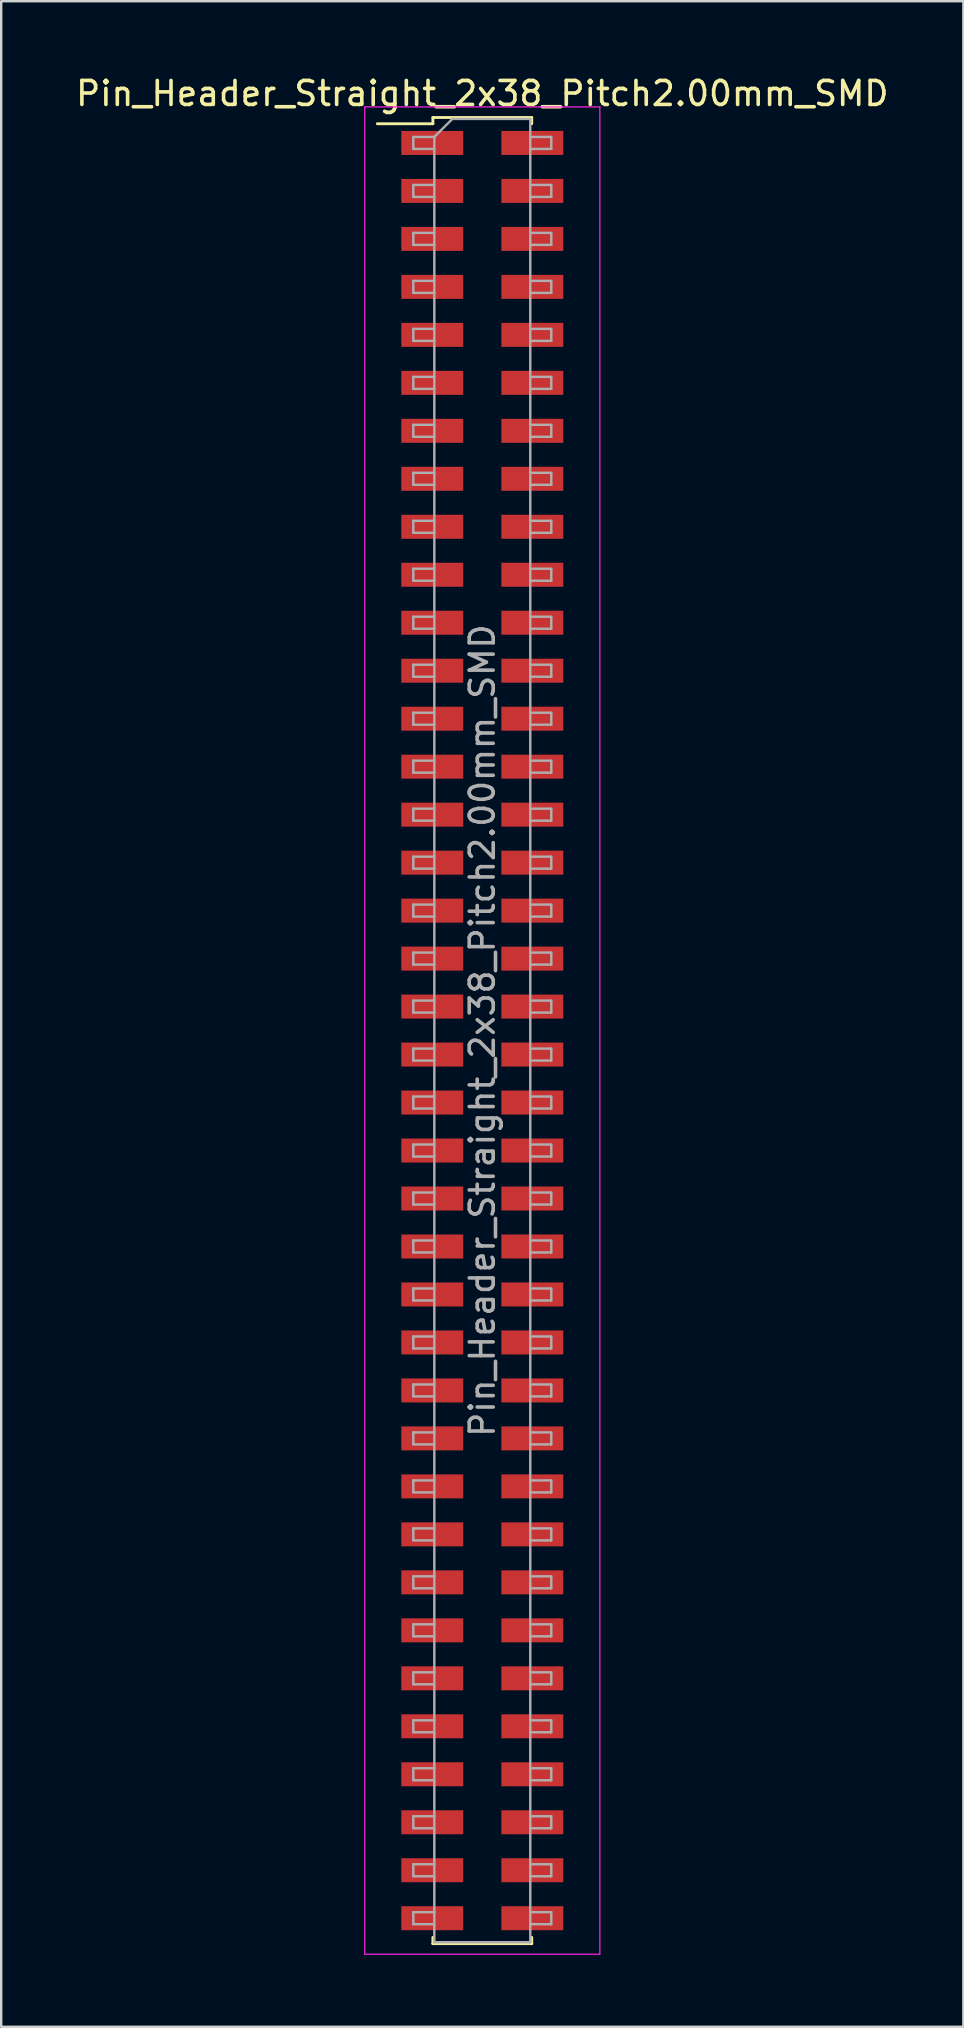
<source format=kicad_pcb>
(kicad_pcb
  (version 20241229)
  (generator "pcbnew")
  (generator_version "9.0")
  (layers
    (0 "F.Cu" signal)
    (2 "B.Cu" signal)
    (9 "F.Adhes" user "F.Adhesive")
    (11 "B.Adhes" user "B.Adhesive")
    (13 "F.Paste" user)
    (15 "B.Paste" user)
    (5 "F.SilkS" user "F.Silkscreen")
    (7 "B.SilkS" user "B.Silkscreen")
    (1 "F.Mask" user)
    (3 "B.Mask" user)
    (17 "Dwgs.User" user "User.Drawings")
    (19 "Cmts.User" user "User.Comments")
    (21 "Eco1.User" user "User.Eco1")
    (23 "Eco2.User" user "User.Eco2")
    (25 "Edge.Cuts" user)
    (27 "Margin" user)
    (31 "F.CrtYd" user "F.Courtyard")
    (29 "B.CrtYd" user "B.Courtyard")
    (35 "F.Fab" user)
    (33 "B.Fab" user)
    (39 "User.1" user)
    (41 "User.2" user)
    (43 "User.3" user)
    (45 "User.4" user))
  (footprint "Pin_Header_Straight_2x38_Pitch2.00mm_SMD"
    (layer "F.Cu")
    (at 17.054 39.908)
    (property "Reference" "Pin_Header_Straight_2x38_Pitch2.00mm_SMD" (at 0 -39.06 0) (layer "F.SilkS") (effects (font (size 1 1) (thickness 0.15))))
    (attr smd)
    (fp_line (start -4.375 -37.8) (end -2.06 -37.8) (stroke (width 0.12) (type solid)) (layer "F.SilkS"))
    (fp_line (start -2.06 -38.06) (end 2.06 -38.06) (stroke (width 0.12) (type solid)) (layer "F.SilkS"))
    (fp_line (start -2.06 -37.8) (end -2.06 -38.06) (stroke (width 0.12) (type solid)) (layer "F.SilkS"))
    (fp_line (start -2.06 37.8) (end -2.06 38.06) (stroke (width 0.12) (type solid)) (layer "F.SilkS"))
    (fp_line (start -2.06 38.06) (end 2.06 38.06) (stroke (width 0.12) (type solid)) (layer "F.SilkS"))
    (fp_line (start 2.06 -38.06) (end 2.06 -37.8) (stroke (width 0.12) (type solid)) (layer "F.SilkS"))
    (fp_line (start 2.06 38.06) (end 2.06 37.8) (stroke (width 0.12) (type solid)) (layer "F.SilkS"))
    (fp_line (start -4.9 -38.5) (end -4.9 38.5) (stroke (width 0.05) (type solid)) (layer "F.CrtYd"))
    (fp_line (start -4.9 38.5) (end 4.9 38.5) (stroke (width 0.05) (type solid)) (layer "F.CrtYd"))
    (fp_line (start 4.9 -38.5) (end -4.9 -38.5) (stroke (width 0.05) (type solid)) (layer "F.CrtYd"))
    (fp_line (start 4.9 38.5) (end 4.9 -38.5) (stroke (width 0.05) (type solid)) (layer "F.CrtYd"))
    (fp_line (start -2.875 -37.25) (end -2.875 -36.75) (stroke (width 0.1) (type solid)) (layer "F.Fab"))
    (fp_line (start -2.875 -36.75) (end -2 -36.75) (stroke (width 0.1) (type solid)) (layer "F.Fab"))
    (fp_line (start -2.875 -35.25) (end -2.875 -34.75) (stroke (width 0.1) (type solid)) (layer "F.Fab"))
    (fp_line (start -2.875 -34.75) (end -2 -34.75) (stroke (width 0.1) (type solid)) (layer "F.Fab"))
    (fp_line (start -2.875 -33.25) (end -2.875 -32.75) (stroke (width 0.1) (type solid)) (layer "F.Fab"))
    (fp_line (start -2.875 -32.75) (end -2 -32.75) (stroke (width 0.1) (type solid)) (layer "F.Fab"))
    (fp_line (start -2.875 -31.25) (end -2.875 -30.75) (stroke (width 0.1) (type solid)) (layer "F.Fab"))
    (fp_line (start -2.875 -30.75) (end -2 -30.75) (stroke (width 0.1) (type solid)) (layer "F.Fab"))
    (fp_line (start -2.875 -29.25) (end -2.875 -28.75) (stroke (width 0.1) (type solid)) (layer "F.Fab"))
    (fp_line (start -2.875 -28.75) (end -2 -28.75) (stroke (width 0.1) (type solid)) (layer "F.Fab"))
    (fp_line (start -2.875 -27.25) (end -2.875 -26.75) (stroke (width 0.1) (type solid)) (layer "F.Fab"))
    (fp_line (start -2.875 -26.75) (end -2 -26.75) (stroke (width 0.1) (type solid)) (layer "F.Fab"))
    (fp_line (start -2.875 -25.25) (end -2.875 -24.75) (stroke (width 0.1) (type solid)) (layer "F.Fab"))
    (fp_line (start -2.875 -24.75) (end -2 -24.75) (stroke (width 0.1) (type solid)) (layer "F.Fab"))
    (fp_line (start -2.875 -23.25) (end -2.875 -22.75) (stroke (width 0.1) (type solid)) (layer "F.Fab"))
    (fp_line (start -2.875 -22.75) (end -2 -22.75) (stroke (width 0.1) (type solid)) (layer "F.Fab"))
    (fp_line (start -2.875 -21.25) (end -2.875 -20.75) (stroke (width 0.1) (type solid)) (layer "F.Fab"))
    (fp_line (start -2.875 -20.75) (end -2 -20.75) (stroke (width 0.1) (type solid)) (layer "F.Fab"))
    (fp_line (start -2.875 -19.25) (end -2.875 -18.75) (stroke (width 0.1) (type solid)) (layer "F.Fab"))
    (fp_line (start -2.875 -18.75) (end -2 -18.75) (stroke (width 0.1) (type solid)) (layer "F.Fab"))
    (fp_line (start -2.875 -17.25) (end -2.875 -16.75) (stroke (width 0.1) (type solid)) (layer "F.Fab"))
    (fp_line (start -2.875 -16.75) (end -2 -16.75) (stroke (width 0.1) (type solid)) (layer "F.Fab"))
    (fp_line (start -2.875 -15.25) (end -2.875 -14.75) (stroke (width 0.1) (type solid)) (layer "F.Fab"))
    (fp_line (start -2.875 -14.75) (end -2 -14.75) (stroke (width 0.1) (type solid)) (layer "F.Fab"))
    (fp_line (start -2.875 -13.25) (end -2.875 -12.75) (stroke (width 0.1) (type solid)) (layer "F.Fab"))
    (fp_line (start -2.875 -12.75) (end -2 -12.75) (stroke (width 0.1) (type solid)) (layer "F.Fab"))
    (fp_line (start -2.875 -11.25) (end -2.875 -10.75) (stroke (width 0.1) (type solid)) (layer "F.Fab"))
    (fp_line (start -2.875 -10.75) (end -2 -10.75) (stroke (width 0.1) (type solid)) (layer "F.Fab"))
    (fp_line (start -2.875 -9.25) (end -2.875 -8.75) (stroke (width 0.1) (type solid)) (layer "F.Fab"))
    (fp_line (start -2.875 -8.75) (end -2 -8.75) (stroke (width 0.1) (type solid)) (layer "F.Fab"))
    (fp_line (start -2.875 -7.25) (end -2.875 -6.75) (stroke (width 0.1) (type solid)) (layer "F.Fab"))
    (fp_line (start -2.875 -6.75) (end -2 -6.75) (stroke (width 0.1) (type solid)) (layer "F.Fab"))
    (fp_line (start -2.875 -5.25) (end -2.875 -4.75) (stroke (width 0.1) (type solid)) (layer "F.Fab"))
    (fp_line (start -2.875 -4.75) (end -2 -4.75) (stroke (width 0.1) (type solid)) (layer "F.Fab"))
    (fp_line (start -2.875 -3.25) (end -2.875 -2.75) (stroke (width 0.1) (type solid)) (layer "F.Fab"))
    (fp_line (start -2.875 -2.75) (end -2 -2.75) (stroke (width 0.1) (type solid)) (layer "F.Fab"))
    (fp_line (start -2.875 -1.25) (end -2.875 -0.75) (stroke (width 0.1) (type solid)) (layer "F.Fab"))
    (fp_line (start -2.875 -0.75) (end -2 -0.75) (stroke (width 0.1) (type solid)) (layer "F.Fab"))
    (fp_line (start -2.875 0.75) (end -2.875 1.25) (stroke (width 0.1) (type solid)) (layer "F.Fab"))
    (fp_line (start -2.875 1.25) (end -2 1.25) (stroke (width 0.1) (type solid)) (layer "F.Fab"))
    (fp_line (start -2.875 2.75) (end -2.875 3.25) (stroke (width 0.1) (type solid)) (layer "F.Fab"))
    (fp_line (start -2.875 3.25) (end -2 3.25) (stroke (width 0.1) (type solid)) (layer "F.Fab"))
    (fp_line (start -2.875 4.75) (end -2.875 5.25) (stroke (width 0.1) (type solid)) (layer "F.Fab"))
    (fp_line (start -2.875 5.25) (end -2 5.25) (stroke (width 0.1) (type solid)) (layer "F.Fab"))
    (fp_line (start -2.875 6.75) (end -2.875 7.25) (stroke (width 0.1) (type solid)) (layer "F.Fab"))
    (fp_line (start -2.875 7.25) (end -2 7.25) (stroke (width 0.1) (type solid)) (layer "F.Fab"))
    (fp_line (start -2.875 8.75) (end -2.875 9.25) (stroke (width 0.1) (type solid)) (layer "F.Fab"))
    (fp_line (start -2.875 9.25) (end -2 9.25) (stroke (width 0.1) (type solid)) (layer "F.Fab"))
    (fp_line (start -2.875 10.75) (end -2.875 11.25) (stroke (width 0.1) (type solid)) (layer "F.Fab"))
    (fp_line (start -2.875 11.25) (end -2 11.25) (stroke (width 0.1) (type solid)) (layer "F.Fab"))
    (fp_line (start -2.875 12.75) (end -2.875 13.25) (stroke (width 0.1) (type solid)) (layer "F.Fab"))
    (fp_line (start -2.875 13.25) (end -2 13.25) (stroke (width 0.1) (type solid)) (layer "F.Fab"))
    (fp_line (start -2.875 14.75) (end -2.875 15.25) (stroke (width 0.1) (type solid)) (layer "F.Fab"))
    (fp_line (start -2.875 15.25) (end -2 15.25) (stroke (width 0.1) (type solid)) (layer "F.Fab"))
    (fp_line (start -2.875 16.75) (end -2.875 17.25) (stroke (width 0.1) (type solid)) (layer "F.Fab"))
    (fp_line (start -2.875 17.25) (end -2 17.25) (stroke (width 0.1) (type solid)) (layer "F.Fab"))
    (fp_line (start -2.875 18.75) (end -2.875 19.25) (stroke (width 0.1) (type solid)) (layer "F.Fab"))
    (fp_line (start -2.875 19.25) (end -2 19.25) (stroke (width 0.1) (type solid)) (layer "F.Fab"))
    (fp_line (start -2.875 20.75) (end -2.875 21.25) (stroke (width 0.1) (type solid)) (layer "F.Fab"))
    (fp_line (start -2.875 21.25) (end -2 21.25) (stroke (width 0.1) (type solid)) (layer "F.Fab"))
    (fp_line (start -2.875 22.75) (end -2.875 23.25) (stroke (width 0.1) (type solid)) (layer "F.Fab"))
    (fp_line (start -2.875 23.25) (end -2 23.25) (stroke (width 0.1) (type solid)) (layer "F.Fab"))
    (fp_line (start -2.875 24.75) (end -2.875 25.25) (stroke (width 0.1) (type solid)) (layer "F.Fab"))
    (fp_line (start -2.875 25.25) (end -2 25.25) (stroke (width 0.1) (type solid)) (layer "F.Fab"))
    (fp_line (start -2.875 26.75) (end -2.875 27.25) (stroke (width 0.1) (type solid)) (layer "F.Fab"))
    (fp_line (start -2.875 27.25) (end -2 27.25) (stroke (width 0.1) (type solid)) (layer "F.Fab"))
    (fp_line (start -2.875 28.75) (end -2.875 29.25) (stroke (width 0.1) (type solid)) (layer "F.Fab"))
    (fp_line (start -2.875 29.25) (end -2 29.25) (stroke (width 0.1) (type solid)) (layer "F.Fab"))
    (fp_line (start -2.875 30.75) (end -2.875 31.25) (stroke (width 0.1) (type solid)) (layer "F.Fab"))
    (fp_line (start -2.875 31.25) (end -2 31.25) (stroke (width 0.1) (type solid)) (layer "F.Fab"))
    (fp_line (start -2.875 32.75) (end -2.875 33.25) (stroke (width 0.1) (type solid)) (layer "F.Fab"))
    (fp_line (start -2.875 33.25) (end -2 33.25) (stroke (width 0.1) (type solid)) (layer "F.Fab"))
    (fp_line (start -2.875 34.75) (end -2.875 35.25) (stroke (width 0.1) (type solid)) (layer "F.Fab"))
    (fp_line (start -2.875 35.25) (end -2 35.25) (stroke (width 0.1) (type solid)) (layer "F.Fab"))
    (fp_line (start -2.875 36.75) (end -2.875 37.25) (stroke (width 0.1) (type solid)) (layer "F.Fab"))
    (fp_line (start -2.875 37.25) (end -2 37.25) (stroke (width 0.1) (type solid)) (layer "F.Fab"))
    (fp_line (start -2 -37.25) (end -2.875 -37.25) (stroke (width 0.1) (type solid)) (layer "F.Fab"))
    (fp_line (start -2 -37.25) (end -1.25 -38) (stroke (width 0.1) (type solid)) (layer "F.Fab"))
    (fp_line (start -2 -35.25) (end -2.875 -35.25) (stroke (width 0.1) (type solid)) (layer "F.Fab"))
    (fp_line (start -2 -33.25) (end -2.875 -33.25) (stroke (width 0.1) (type solid)) (layer "F.Fab"))
    (fp_line (start -2 -31.25) (end -2.875 -31.25) (stroke (width 0.1) (type solid)) (layer "F.Fab"))
    (fp_line (start -2 -29.25) (end -2.875 -29.25) (stroke (width 0.1) (type solid)) (layer "F.Fab"))
    (fp_line (start -2 -27.25) (end -2.875 -27.25) (stroke (width 0.1) (type solid)) (layer "F.Fab"))
    (fp_line (start -2 -25.25) (end -2.875 -25.25) (stroke (width 0.1) (type solid)) (layer "F.Fab"))
    (fp_line (start -2 -23.25) (end -2.875 -23.25) (stroke (width 0.1) (type solid)) (layer "F.Fab"))
    (fp_line (start -2 -21.25) (end -2.875 -21.25) (stroke (width 0.1) (type solid)) (layer "F.Fab"))
    (fp_line (start -2 -19.25) (end -2.875 -19.25) (stroke (width 0.1) (type solid)) (layer "F.Fab"))
    (fp_line (start -2 -17.25) (end -2.875 -17.25) (stroke (width 0.1) (type solid)) (layer "F.Fab"))
    (fp_line (start -2 -15.25) (end -2.875 -15.25) (stroke (width 0.1) (type solid)) (layer "F.Fab"))
    (fp_line (start -2 -13.25) (end -2.875 -13.25) (stroke (width 0.1) (type solid)) (layer "F.Fab"))
    (fp_line (start -2 -11.25) (end -2.875 -11.25) (stroke (width 0.1) (type solid)) (layer "F.Fab"))
    (fp_line (start -2 -9.25) (end -2.875 -9.25) (stroke (width 0.1) (type solid)) (layer "F.Fab"))
    (fp_line (start -2 -7.25) (end -2.875 -7.25) (stroke (width 0.1) (type solid)) (layer "F.Fab"))
    (fp_line (start -2 -5.25) (end -2.875 -5.25) (stroke (width 0.1) (type solid)) (layer "F.Fab"))
    (fp_line (start -2 -3.25) (end -2.875 -3.25) (stroke (width 0.1) (type solid)) (layer "F.Fab"))
    (fp_line (start -2 -1.25) (end -2.875 -1.25) (stroke (width 0.1) (type solid)) (layer "F.Fab"))
    (fp_line (start -2 0.75) (end -2.875 0.75) (stroke (width 0.1) (type solid)) (layer "F.Fab"))
    (fp_line (start -2 2.75) (end -2.875 2.75) (stroke (width 0.1) (type solid)) (layer "F.Fab"))
    (fp_line (start -2 4.75) (end -2.875 4.75) (stroke (width 0.1) (type solid)) (layer "F.Fab"))
    (fp_line (start -2 6.75) (end -2.875 6.75) (stroke (width 0.1) (type solid)) (layer "F.Fab"))
    (fp_line (start -2 8.75) (end -2.875 8.75) (stroke (width 0.1) (type solid)) (layer "F.Fab"))
    (fp_line (start -2 10.75) (end -2.875 10.75) (stroke (width 0.1) (type solid)) (layer "F.Fab"))
    (fp_line (start -2 12.75) (end -2.875 12.75) (stroke (width 0.1) (type solid)) (layer "F.Fab"))
    (fp_line (start -2 14.75) (end -2.875 14.75) (stroke (width 0.1) (type solid)) (layer "F.Fab"))
    (fp_line (start -2 16.75) (end -2.875 16.75) (stroke (width 0.1) (type solid)) (layer "F.Fab"))
    (fp_line (start -2 18.75) (end -2.875 18.75) (stroke (width 0.1) (type solid)) (layer "F.Fab"))
    (fp_line (start -2 20.75) (end -2.875 20.75) (stroke (width 0.1) (type solid)) (layer "F.Fab"))
    (fp_line (start -2 22.75) (end -2.875 22.75) (stroke (width 0.1) (type solid)) (layer "F.Fab"))
    (fp_line (start -2 24.75) (end -2.875 24.75) (stroke (width 0.1) (type solid)) (layer "F.Fab"))
    (fp_line (start -2 26.75) (end -2.875 26.75) (stroke (width 0.1) (type solid)) (layer "F.Fab"))
    (fp_line (start -2 28.75) (end -2.875 28.75) (stroke (width 0.1) (type solid)) (layer "F.Fab"))
    (fp_line (start -2 30.75) (end -2.875 30.75) (stroke (width 0.1) (type solid)) (layer "F.Fab"))
    (fp_line (start -2 32.75) (end -2.875 32.75) (stroke (width 0.1) (type solid)) (layer "F.Fab"))
    (fp_line (start -2 34.75) (end -2.875 34.75) (stroke (width 0.1) (type solid)) (layer "F.Fab"))
    (fp_line (start -2 36.75) (end -2.875 36.75) (stroke (width 0.1) (type solid)) (layer "F.Fab"))
    (fp_line (start -2 38) (end -2 -37.25) (stroke (width 0.1) (type solid)) (layer "F.Fab"))
    (fp_line (start -1.25 -38) (end 2 -38) (stroke (width 0.1) (type solid)) (layer "F.Fab"))
    (fp_line (start 2 -38) (end 2 38) (stroke (width 0.1) (type solid)) (layer "F.Fab"))
    (fp_line (start 2 -37.25) (end 2.875 -37.25) (stroke (width 0.1) (type solid)) (layer "F.Fab"))
    (fp_line (start 2 -35.25) (end 2.875 -35.25) (stroke (width 0.1) (type solid)) (layer "F.Fab"))
    (fp_line (start 2 -33.25) (end 2.875 -33.25) (stroke (width 0.1) (type solid)) (layer "F.Fab"))
    (fp_line (start 2 -31.25) (end 2.875 -31.25) (stroke (width 0.1) (type solid)) (layer "F.Fab"))
    (fp_line (start 2 -29.25) (end 2.875 -29.25) (stroke (width 0.1) (type solid)) (layer "F.Fab"))
    (fp_line (start 2 -27.25) (end 2.875 -27.25) (stroke (width 0.1) (type solid)) (layer "F.Fab"))
    (fp_line (start 2 -25.25) (end 2.875 -25.25) (stroke (width 0.1) (type solid)) (layer "F.Fab"))
    (fp_line (start 2 -23.25) (end 2.875 -23.25) (stroke (width 0.1) (type solid)) (layer "F.Fab"))
    (fp_line (start 2 -21.25) (end 2.875 -21.25) (stroke (width 0.1) (type solid)) (layer "F.Fab"))
    (fp_line (start 2 -19.25) (end 2.875 -19.25) (stroke (width 0.1) (type solid)) (layer "F.Fab"))
    (fp_line (start 2 -17.25) (end 2.875 -17.25) (stroke (width 0.1) (type solid)) (layer "F.Fab"))
    (fp_line (start 2 -15.25) (end 2.875 -15.25) (stroke (width 0.1) (type solid)) (layer "F.Fab"))
    (fp_line (start 2 -13.25) (end 2.875 -13.25) (stroke (width 0.1) (type solid)) (layer "F.Fab"))
    (fp_line (start 2 -11.25) (end 2.875 -11.25) (stroke (width 0.1) (type solid)) (layer "F.Fab"))
    (fp_line (start 2 -9.25) (end 2.875 -9.25) (stroke (width 0.1) (type solid)) (layer "F.Fab"))
    (fp_line (start 2 -7.25) (end 2.875 -7.25) (stroke (width 0.1) (type solid)) (layer "F.Fab"))
    (fp_line (start 2 -5.25) (end 2.875 -5.25) (stroke (width 0.1) (type solid)) (layer "F.Fab"))
    (fp_line (start 2 -3.25) (end 2.875 -3.25) (stroke (width 0.1) (type solid)) (layer "F.Fab"))
    (fp_line (start 2 -1.25) (end 2.875 -1.25) (stroke (width 0.1) (type solid)) (layer "F.Fab"))
    (fp_line (start 2 0.75) (end 2.875 0.75) (stroke (width 0.1) (type solid)) (layer "F.Fab"))
    (fp_line (start 2 2.75) (end 2.875 2.75) (stroke (width 0.1) (type solid)) (layer "F.Fab"))
    (fp_line (start 2 4.75) (end 2.875 4.75) (stroke (width 0.1) (type solid)) (layer "F.Fab"))
    (fp_line (start 2 6.75) (end 2.875 6.75) (stroke (width 0.1) (type solid)) (layer "F.Fab"))
    (fp_line (start 2 8.75) (end 2.875 8.75) (stroke (width 0.1) (type solid)) (layer "F.Fab"))
    (fp_line (start 2 10.75) (end 2.875 10.75) (stroke (width 0.1) (type solid)) (layer "F.Fab"))
    (fp_line (start 2 12.75) (end 2.875 12.75) (stroke (width 0.1) (type solid)) (layer "F.Fab"))
    (fp_line (start 2 14.75) (end 2.875 14.75) (stroke (width 0.1) (type solid)) (layer "F.Fab"))
    (fp_line (start 2 16.75) (end 2.875 16.75) (stroke (width 0.1) (type solid)) (layer "F.Fab"))
    (fp_line (start 2 18.75) (end 2.875 18.75) (stroke (width 0.1) (type solid)) (layer "F.Fab"))
    (fp_line (start 2 20.75) (end 2.875 20.75) (stroke (width 0.1) (type solid)) (layer "F.Fab"))
    (fp_line (start 2 22.75) (end 2.875 22.75) (stroke (width 0.1) (type solid)) (layer "F.Fab"))
    (fp_line (start 2 24.75) (end 2.875 24.75) (stroke (width 0.1) (type solid)) (layer "F.Fab"))
    (fp_line (start 2 26.75) (end 2.875 26.75) (stroke (width 0.1) (type solid)) (layer "F.Fab"))
    (fp_line (start 2 28.75) (end 2.875 28.75) (stroke (width 0.1) (type solid)) (layer "F.Fab"))
    (fp_line (start 2 30.75) (end 2.875 30.75) (stroke (width 0.1) (type solid)) (layer "F.Fab"))
    (fp_line (start 2 32.75) (end 2.875 32.75) (stroke (width 0.1) (type solid)) (layer "F.Fab"))
    (fp_line (start 2 34.75) (end 2.875 34.75) (stroke (width 0.1) (type solid)) (layer "F.Fab"))
    (fp_line (start 2 36.75) (end 2.875 36.75) (stroke (width 0.1) (type solid)) (layer "F.Fab"))
    (fp_line (start 2 38) (end -2 38) (stroke (width 0.1) (type solid)) (layer "F.Fab"))
    (fp_line (start 2.875 -37.25) (end 2.875 -36.75) (stroke (width 0.1) (type solid)) (layer "F.Fab"))
    (fp_line (start 2.875 -36.75) (end 2 -36.75) (stroke (width 0.1) (type solid)) (layer "F.Fab"))
    (fp_line (start 2.875 -35.25) (end 2.875 -34.75) (stroke (width 0.1) (type solid)) (layer "F.Fab"))
    (fp_line (start 2.875 -34.75) (end 2 -34.75) (stroke (width 0.1) (type solid)) (layer "F.Fab"))
    (fp_line (start 2.875 -33.25) (end 2.875 -32.75) (stroke (width 0.1) (type solid)) (layer "F.Fab"))
    (fp_line (start 2.875 -32.75) (end 2 -32.75) (stroke (width 0.1) (type solid)) (layer "F.Fab"))
    (fp_line (start 2.875 -31.25) (end 2.875 -30.75) (stroke (width 0.1) (type solid)) (layer "F.Fab"))
    (fp_line (start 2.875 -30.75) (end 2 -30.75) (stroke (width 0.1) (type solid)) (layer "F.Fab"))
    (fp_line (start 2.875 -29.25) (end 2.875 -28.75) (stroke (width 0.1) (type solid)) (layer "F.Fab"))
    (fp_line (start 2.875 -28.75) (end 2 -28.75) (stroke (width 0.1) (type solid)) (layer "F.Fab"))
    (fp_line (start 2.875 -27.25) (end 2.875 -26.75) (stroke (width 0.1) (type solid)) (layer "F.Fab"))
    (fp_line (start 2.875 -26.75) (end 2 -26.75) (stroke (width 0.1) (type solid)) (layer "F.Fab"))
    (fp_line (start 2.875 -25.25) (end 2.875 -24.75) (stroke (width 0.1) (type solid)) (layer "F.Fab"))
    (fp_line (start 2.875 -24.75) (end 2 -24.75) (stroke (width 0.1) (type solid)) (layer "F.Fab"))
    (fp_line (start 2.875 -23.25) (end 2.875 -22.75) (stroke (width 0.1) (type solid)) (layer "F.Fab"))
    (fp_line (start 2.875 -22.75) (end 2 -22.75) (stroke (width 0.1) (type solid)) (layer "F.Fab"))
    (fp_line (start 2.875 -21.25) (end 2.875 -20.75) (stroke (width 0.1) (type solid)) (layer "F.Fab"))
    (fp_line (start 2.875 -20.75) (end 2 -20.75) (stroke (width 0.1) (type solid)) (layer "F.Fab"))
    (fp_line (start 2.875 -19.25) (end 2.875 -18.75) (stroke (width 0.1) (type solid)) (layer "F.Fab"))
    (fp_line (start 2.875 -18.75) (end 2 -18.75) (stroke (width 0.1) (type solid)) (layer "F.Fab"))
    (fp_line (start 2.875 -17.25) (end 2.875 -16.75) (stroke (width 0.1) (type solid)) (layer "F.Fab"))
    (fp_line (start 2.875 -16.75) (end 2 -16.75) (stroke (width 0.1) (type solid)) (layer "F.Fab"))
    (fp_line (start 2.875 -15.25) (end 2.875 -14.75) (stroke (width 0.1) (type solid)) (layer "F.Fab"))
    (fp_line (start 2.875 -14.75) (end 2 -14.75) (stroke (width 0.1) (type solid)) (layer "F.Fab"))
    (fp_line (start 2.875 -13.25) (end 2.875 -12.75) (stroke (width 0.1) (type solid)) (layer "F.Fab"))
    (fp_line (start 2.875 -12.75) (end 2 -12.75) (stroke (width 0.1) (type solid)) (layer "F.Fab"))
    (fp_line (start 2.875 -11.25) (end 2.875 -10.75) (stroke (width 0.1) (type solid)) (layer "F.Fab"))
    (fp_line (start 2.875 -10.75) (end 2 -10.75) (stroke (width 0.1) (type solid)) (layer "F.Fab"))
    (fp_line (start 2.875 -9.25) (end 2.875 -8.75) (stroke (width 0.1) (type solid)) (layer "F.Fab"))
    (fp_line (start 2.875 -8.75) (end 2 -8.75) (stroke (width 0.1) (type solid)) (layer "F.Fab"))
    (fp_line (start 2.875 -7.25) (end 2.875 -6.75) (stroke (width 0.1) (type solid)) (layer "F.Fab"))
    (fp_line (start 2.875 -6.75) (end 2 -6.75) (stroke (width 0.1) (type solid)) (layer "F.Fab"))
    (fp_line (start 2.875 -5.25) (end 2.875 -4.75) (stroke (width 0.1) (type solid)) (layer "F.Fab"))
    (fp_line (start 2.875 -4.75) (end 2 -4.75) (stroke (width 0.1) (type solid)) (layer "F.Fab"))
    (fp_line (start 2.875 -3.25) (end 2.875 -2.75) (stroke (width 0.1) (type solid)) (layer "F.Fab"))
    (fp_line (start 2.875 -2.75) (end 2 -2.75) (stroke (width 0.1) (type solid)) (layer "F.Fab"))
    (fp_line (start 2.875 -1.25) (end 2.875 -0.75) (stroke (width 0.1) (type solid)) (layer "F.Fab"))
    (fp_line (start 2.875 -0.75) (end 2 -0.75) (stroke (width 0.1) (type solid)) (layer "F.Fab"))
    (fp_line (start 2.875 0.75) (end 2.875 1.25) (stroke (width 0.1) (type solid)) (layer "F.Fab"))
    (fp_line (start 2.875 1.25) (end 2 1.25) (stroke (width 0.1) (type solid)) (layer "F.Fab"))
    (fp_line (start 2.875 2.75) (end 2.875 3.25) (stroke (width 0.1) (type solid)) (layer "F.Fab"))
    (fp_line (start 2.875 3.25) (end 2 3.25) (stroke (width 0.1) (type solid)) (layer "F.Fab"))
    (fp_line (start 2.875 4.75) (end 2.875 5.25) (stroke (width 0.1) (type solid)) (layer "F.Fab"))
    (fp_line (start 2.875 5.25) (end 2 5.25) (stroke (width 0.1) (type solid)) (layer "F.Fab"))
    (fp_line (start 2.875 6.75) (end 2.875 7.25) (stroke (width 0.1) (type solid)) (layer "F.Fab"))
    (fp_line (start 2.875 7.25) (end 2 7.25) (stroke (width 0.1) (type solid)) (layer "F.Fab"))
    (fp_line (start 2.875 8.75) (end 2.875 9.25) (stroke (width 0.1) (type solid)) (layer "F.Fab"))
    (fp_line (start 2.875 9.25) (end 2 9.25) (stroke (width 0.1) (type solid)) (layer "F.Fab"))
    (fp_line (start 2.875 10.75) (end 2.875 11.25) (stroke (width 0.1) (type solid)) (layer "F.Fab"))
    (fp_line (start 2.875 11.25) (end 2 11.25) (stroke (width 0.1) (type solid)) (layer "F.Fab"))
    (fp_line (start 2.875 12.75) (end 2.875 13.25) (stroke (width 0.1) (type solid)) (layer "F.Fab"))
    (fp_line (start 2.875 13.25) (end 2 13.25) (stroke (width 0.1) (type solid)) (layer "F.Fab"))
    (fp_line (start 2.875 14.75) (end 2.875 15.25) (stroke (width 0.1) (type solid)) (layer "F.Fab"))
    (fp_line (start 2.875 15.25) (end 2 15.25) (stroke (width 0.1) (type solid)) (layer "F.Fab"))
    (fp_line (start 2.875 16.75) (end 2.875 17.25) (stroke (width 0.1) (type solid)) (layer "F.Fab"))
    (fp_line (start 2.875 17.25) (end 2 17.25) (stroke (width 0.1) (type solid)) (layer "F.Fab"))
    (fp_line (start 2.875 18.75) (end 2.875 19.25) (stroke (width 0.1) (type solid)) (layer "F.Fab"))
    (fp_line (start 2.875 19.25) (end 2 19.25) (stroke (width 0.1) (type solid)) (layer "F.Fab"))
    (fp_line (start 2.875 20.75) (end 2.875 21.25) (stroke (width 0.1) (type solid)) (layer "F.Fab"))
    (fp_line (start 2.875 21.25) (end 2 21.25) (stroke (width 0.1) (type solid)) (layer "F.Fab"))
    (fp_line (start 2.875 22.75) (end 2.875 23.25) (stroke (width 0.1) (type solid)) (layer "F.Fab"))
    (fp_line (start 2.875 23.25) (end 2 23.25) (stroke (width 0.1) (type solid)) (layer "F.Fab"))
    (fp_line (start 2.875 24.75) (end 2.875 25.25) (stroke (width 0.1) (type solid)) (layer "F.Fab"))
    (fp_line (start 2.875 25.25) (end 2 25.25) (stroke (width 0.1) (type solid)) (layer "F.Fab"))
    (fp_line (start 2.875 26.75) (end 2.875 27.25) (stroke (width 0.1) (type solid)) (layer "F.Fab"))
    (fp_line (start 2.875 27.25) (end 2 27.25) (stroke (width 0.1) (type solid)) (layer "F.Fab"))
    (fp_line (start 2.875 28.75) (end 2.875 29.25) (stroke (width 0.1) (type solid)) (layer "F.Fab"))
    (fp_line (start 2.875 29.25) (end 2 29.25) (stroke (width 0.1) (type solid)) (layer "F.Fab"))
    (fp_line (start 2.875 30.75) (end 2.875 31.25) (stroke (width 0.1) (type solid)) (layer "F.Fab"))
    (fp_line (start 2.875 31.25) (end 2 31.25) (stroke (width 0.1) (type solid)) (layer "F.Fab"))
    (fp_line (start 2.875 32.75) (end 2.875 33.25) (stroke (width 0.1) (type solid)) (layer "F.Fab"))
    (fp_line (start 2.875 33.25) (end 2 33.25) (stroke (width 0.1) (type solid)) (layer "F.Fab"))
    (fp_line (start 2.875 34.75) (end 2.875 35.25) (stroke (width 0.1) (type solid)) (layer "F.Fab"))
    (fp_line (start 2.875 35.25) (end 2 35.25) (stroke (width 0.1) (type solid)) (layer "F.Fab"))
    (fp_line (start 2.875 36.75) (end 2.875 37.25) (stroke (width 0.1) (type solid)) (layer "F.Fab"))
    (fp_line (start 2.875 37.25) (end 2 37.25) (stroke (width 0.1) (type solid)) (layer "F.Fab"))
    (fp_text user "${REFERENCE}" (at 0 0 90) (layer "F.Fab") (effects (font (size 1 1) (thickness 0.15))))
    (pad "1" smd rect (at -2.085 -37) (size 2.58 1) (layers "F.Cu" "F.Mask" "F.Paste"))
    (pad "2" smd rect (at 2.085 -37) (size 2.58 1) (layers "F.Cu" "F.Mask" "F.Paste"))
    (pad "3" smd rect (at -2.085 -35) (size 2.58 1) (layers "F.Cu" "F.Mask" "F.Paste"))
    (pad "4" smd rect (at 2.085 -35) (size 2.58 1) (layers "F.Cu" "F.Mask" "F.Paste"))
    (pad "5" smd rect (at -2.085 -33) (size 2.58 1) (layers "F.Cu" "F.Mask" "F.Paste"))
    (pad "6" smd rect (at 2.085 -33) (size 2.58 1) (layers "F.Cu" "F.Mask" "F.Paste"))
    (pad "7" smd rect (at -2.085 -31) (size 2.58 1) (layers "F.Cu" "F.Mask" "F.Paste"))
    (pad "8" smd rect (at 2.085 -31) (size 2.58 1) (layers "F.Cu" "F.Mask" "F.Paste"))
    (pad "9" smd rect (at -2.085 -29) (size 2.58 1) (layers "F.Cu" "F.Mask" "F.Paste"))
    (pad "10" smd rect (at 2.085 -29) (size 2.58 1) (layers "F.Cu" "F.Mask" "F.Paste"))
    (pad "11" smd rect (at -2.085 -27) (size 2.58 1) (layers "F.Cu" "F.Mask" "F.Paste"))
    (pad "12" smd rect (at 2.085 -27) (size 2.58 1) (layers "F.Cu" "F.Mask" "F.Paste"))
    (pad "13" smd rect (at -2.085 -25) (size 2.58 1) (layers "F.Cu" "F.Mask" "F.Paste"))
    (pad "14" smd rect (at 2.085 -25) (size 2.58 1) (layers "F.Cu" "F.Mask" "F.Paste"))
    (pad "15" smd rect (at -2.085 -23) (size 2.58 1) (layers "F.Cu" "F.Mask" "F.Paste"))
    (pad "16" smd rect (at 2.085 -23) (size 2.58 1) (layers "F.Cu" "F.Mask" "F.Paste"))
    (pad "17" smd rect (at -2.085 -21) (size 2.58 1) (layers "F.Cu" "F.Mask" "F.Paste"))
    (pad "18" smd rect (at 2.085 -21) (size 2.58 1) (layers "F.Cu" "F.Mask" "F.Paste"))
    (pad "19" smd rect (at -2.085 -19) (size 2.58 1) (layers "F.Cu" "F.Mask" "F.Paste"))
    (pad "20" smd rect (at 2.085 -19) (size 2.58 1) (layers "F.Cu" "F.Mask" "F.Paste"))
    (pad "21" smd rect (at -2.085 -17) (size 2.58 1) (layers "F.Cu" "F.Mask" "F.Paste"))
    (pad "22" smd rect (at 2.085 -17) (size 2.58 1) (layers "F.Cu" "F.Mask" "F.Paste"))
    (pad "23" smd rect (at -2.085 -15) (size 2.58 1) (layers "F.Cu" "F.Mask" "F.Paste"))
    (pad "24" smd rect (at 2.085 -15) (size 2.58 1) (layers "F.Cu" "F.Mask" "F.Paste"))
    (pad "25" smd rect (at -2.085 -13) (size 2.58 1) (layers "F.Cu" "F.Mask" "F.Paste"))
    (pad "26" smd rect (at 2.085 -13) (size 2.58 1) (layers "F.Cu" "F.Mask" "F.Paste"))
    (pad "27" smd rect (at -2.085 -11) (size 2.58 1) (layers "F.Cu" "F.Mask" "F.Paste"))
    (pad "28" smd rect (at 2.085 -11) (size 2.58 1) (layers "F.Cu" "F.Mask" "F.Paste"))
    (pad "29" smd rect (at -2.085 -9) (size 2.58 1) (layers "F.Cu" "F.Mask" "F.Paste"))
    (pad "30" smd rect (at 2.085 -9) (size 2.58 1) (layers "F.Cu" "F.Mask" "F.Paste"))
    (pad "31" smd rect (at -2.085 -7) (size 2.58 1) (layers "F.Cu" "F.Mask" "F.Paste"))
    (pad "32" smd rect (at 2.085 -7) (size 2.58 1) (layers "F.Cu" "F.Mask" "F.Paste"))
    (pad "33" smd rect (at -2.085 -5) (size 2.58 1) (layers "F.Cu" "F.Mask" "F.Paste"))
    (pad "34" smd rect (at 2.085 -5) (size 2.58 1) (layers "F.Cu" "F.Mask" "F.Paste"))
    (pad "35" smd rect (at -2.085 -3) (size 2.58 1) (layers "F.Cu" "F.Mask" "F.Paste"))
    (pad "36" smd rect (at 2.085 -3) (size 2.58 1) (layers "F.Cu" "F.Mask" "F.Paste"))
    (pad "37" smd rect (at -2.085 -1) (size 2.58 1) (layers "F.Cu" "F.Mask" "F.Paste"))
    (pad "38" smd rect (at 2.085 -1) (size 2.58 1) (layers "F.Cu" "F.Mask" "F.Paste"))
    (pad "39" smd rect (at -2.085 1) (size 2.58 1) (layers "F.Cu" "F.Mask" "F.Paste"))
    (pad "40" smd rect (at 2.085 1) (size 2.58 1) (layers "F.Cu" "F.Mask" "F.Paste"))
    (pad "41" smd rect (at -2.085 3) (size 2.58 1) (layers "F.Cu" "F.Mask" "F.Paste"))
    (pad "42" smd rect (at 2.085 3) (size 2.58 1) (layers "F.Cu" "F.Mask" "F.Paste"))
    (pad "43" smd rect (at -2.085 5) (size 2.58 1) (layers "F.Cu" "F.Mask" "F.Paste"))
    (pad "44" smd rect (at 2.085 5) (size 2.58 1) (layers "F.Cu" "F.Mask" "F.Paste"))
    (pad "45" smd rect (at -2.085 7) (size 2.58 1) (layers "F.Cu" "F.Mask" "F.Paste"))
    (pad "46" smd rect (at 2.085 7) (size 2.58 1) (layers "F.Cu" "F.Mask" "F.Paste"))
    (pad "47" smd rect (at -2.085 9) (size 2.58 1) (layers "F.Cu" "F.Mask" "F.Paste"))
    (pad "48" smd rect (at 2.085 9) (size 2.58 1) (layers "F.Cu" "F.Mask" "F.Paste"))
    (pad "49" smd rect (at -2.085 11) (size 2.58 1) (layers "F.Cu" "F.Mask" "F.Paste"))
    (pad "50" smd rect (at 2.085 11) (size 2.58 1) (layers "F.Cu" "F.Mask" "F.Paste"))
    (pad "51" smd rect (at -2.085 13) (size 2.58 1) (layers "F.Cu" "F.Mask" "F.Paste"))
    (pad "52" smd rect (at 2.085 13) (size 2.58 1) (layers "F.Cu" "F.Mask" "F.Paste"))
    (pad "53" smd rect (at -2.085 15) (size 2.58 1) (layers "F.Cu" "F.Mask" "F.Paste"))
    (pad "54" smd rect (at 2.085 15) (size 2.58 1) (layers "F.Cu" "F.Mask" "F.Paste"))
    (pad "55" smd rect (at -2.085 17) (size 2.58 1) (layers "F.Cu" "F.Mask" "F.Paste"))
    (pad "56" smd rect (at 2.085 17) (size 2.58 1) (layers "F.Cu" "F.Mask" "F.Paste"))
    (pad "57" smd rect (at -2.085 19) (size 2.58 1) (layers "F.Cu" "F.Mask" "F.Paste"))
    (pad "58" smd rect (at 2.085 19) (size 2.58 1) (layers "F.Cu" "F.Mask" "F.Paste"))
    (pad "59" smd rect (at -2.085 21) (size 2.58 1) (layers "F.Cu" "F.Mask" "F.Paste"))
    (pad "60" smd rect (at 2.085 21) (size 2.58 1) (layers "F.Cu" "F.Mask" "F.Paste"))
    (pad "61" smd rect (at -2.085 23) (size 2.58 1) (layers "F.Cu" "F.Mask" "F.Paste"))
    (pad "62" smd rect (at 2.085 23) (size 2.58 1) (layers "F.Cu" "F.Mask" "F.Paste"))
    (pad "63" smd rect (at -2.085 25) (size 2.58 1) (layers "F.Cu" "F.Mask" "F.Paste"))
    (pad "64" smd rect (at 2.085 25) (size 2.58 1) (layers "F.Cu" "F.Mask" "F.Paste"))
    (pad "65" smd rect (at -2.085 27) (size 2.58 1) (layers "F.Cu" "F.Mask" "F.Paste"))
    (pad "66" smd rect (at 2.085 27) (size 2.58 1) (layers "F.Cu" "F.Mask" "F.Paste"))
    (pad "67" smd rect (at -2.085 29) (size 2.58 1) (layers "F.Cu" "F.Mask" "F.Paste"))
    (pad "68" smd rect (at 2.085 29) (size 2.58 1) (layers "F.Cu" "F.Mask" "F.Paste"))
    (pad "69" smd rect (at -2.085 31) (size 2.58 1) (layers "F.Cu" "F.Mask" "F.Paste"))
    (pad "70" smd rect (at 2.085 31) (size 2.58 1) (layers "F.Cu" "F.Mask" "F.Paste"))
    (pad "71" smd rect (at -2.085 33) (size 2.58 1) (layers "F.Cu" "F.Mask" "F.Paste"))
    (pad "72" smd rect (at 2.085 33) (size 2.58 1) (layers "F.Cu" "F.Mask" "F.Paste"))
    (pad "73" smd rect (at -2.085 35) (size 2.58 1) (layers "F.Cu" "F.Mask" "F.Paste"))
    (pad "74" smd rect (at 2.085 35) (size 2.58 1) (layers "F.Cu" "F.Mask" "F.Paste"))
    (pad "75" smd rect (at -2.085 37) (size 2.58 1) (layers "F.Cu" "F.Mask" "F.Paste"))
    (pad "76" smd rect (at 2.085 37) (size 2.58 1) (layers "F.Cu" "F.Mask" "F.Paste")))
  (gr_rect
    (start -3 -3)
    (end 37.107 81.433)
    (stroke (width 0.1) (type default))
    (fill no)
    (layer "Edge.Cuts")))
</source>
